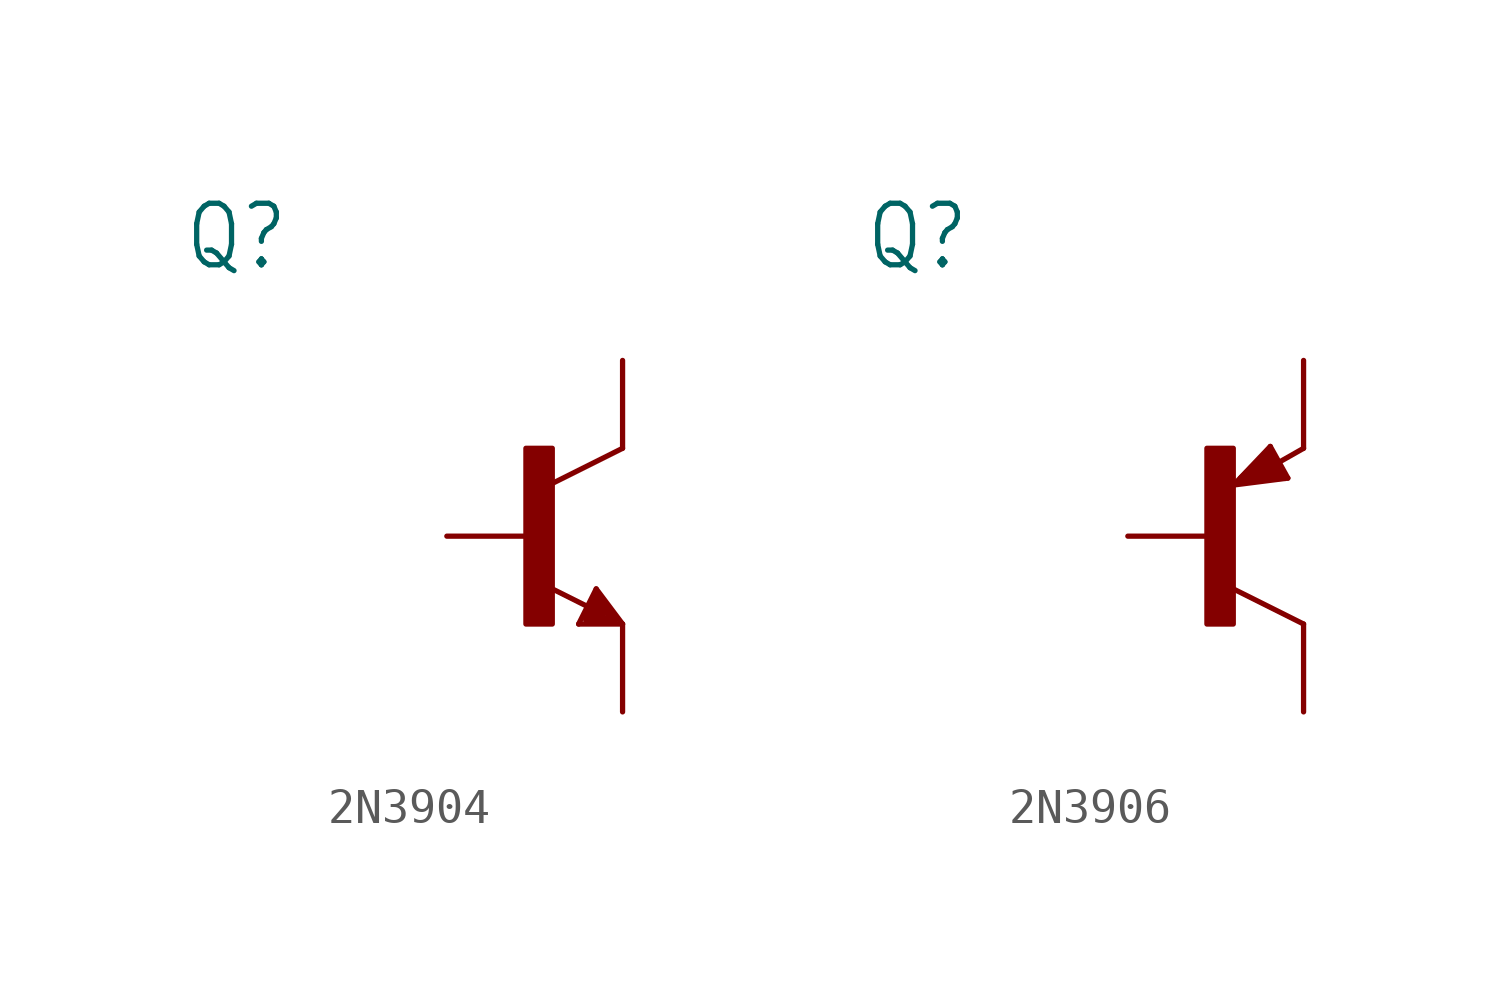
<source format=kicad_sym>
(kicad_symbol_lib
  (version 20231120)
  (generator "kicad_symbol_editor")
  (generator_version "8.0")
  (symbol "2N3904"
    (property "Reference" "Q"
      (at -10.16 7.62 0)
      (effects (font (size 1.778 1.511)) (justify left bottom)))
    (property "Value" ""
      (at -10.16 5.08 0)
      (effects (font (size 1.778 1.511)) (justify left bottom)))
    (property "ki_locked" ""
      (at 0 0 0)
      (effects (font (size 1.27 1.27))))
    (symbol "2N3904_1_0"
      (rectangle (start -0.254 -2.54) (end 0.508 2.54) (stroke (width 0) (type default)) (fill (type outline)))
      (polyline (pts (xy 1.27 -2.54) (xy 1.778 -1.524)) (stroke (width 0.152) (type solid)) (fill (type none)))
      (polyline (pts (xy 1.524 -2.413) (xy 2.286 -2.413)) (stroke (width 0.254) (type solid)) (fill (type none)))
      (polyline (pts (xy 1.524 -2.286) (xy 1.905 -2.286)) (stroke (width 0.254) (type solid)) (fill (type none)))
      (polyline (pts (xy 1.54 -2.04) (xy 0.308 -1.424)) (stroke (width 0.152) (type solid)) (fill (type none)))
      (polyline (pts (xy 1.778 -1.778) (xy 1.524 -2.286)) (stroke (width 0.254) (type solid)) (fill (type none)))
      (polyline (pts (xy 1.778 -1.524) (xy 2.54 -2.54)) (stroke (width 0.152) (type solid)) (fill (type none)))
      (polyline (pts (xy 1.905 -2.286) (xy 1.778 -2.032)) (stroke (width 0.254) (type solid)) (fill (type none)))
      (polyline (pts (xy 2.286 -2.413) (xy 1.778 -1.778)) (stroke (width 0.254) (type solid)) (fill (type none)))
      (polyline (pts (xy 2.54 -2.54) (xy 1.27 -2.54)) (stroke (width 0.152) (type solid)) (fill (type none)))
      (polyline (pts (xy 2.54 2.54) (xy 0.508 1.524)) (stroke (width 0.152) (type solid)) (fill (type none)))
      (pin passive line (at 2.54 5.08 270) (length 2.54) (name "C" (effects (font (size 0 0)))) (number "1" (effects (font (size 0 0)))))
      (pin passive line (at -2.54 0 0) (length 2.54) (name "B" (effects (font (size 0 0)))) (number "2" (effects (font (size 0 0)))))
      (pin passive line (at 2.54 -5.08 90) (length 2.54) (name "E" (effects (font (size 0 0)))) (number "3" (effects (font (size 0 0)))))))
  (symbol "2N3906"
    (property "Reference" "Q"
      (at -10.16 7.62 0)
      (effects (font (size 1.778 1.511)) (justify left bottom)))
    (property "Value" ""
      (at -10.16 5.08 0)
      (effects (font (size 1.778 1.511)) (justify left bottom)))
    (property "ki_locked" ""
      (at 0 0 0)
      (effects (font (size 1.27 1.27))))
    (symbol "2N3906_1_0"
      (rectangle (start -0.254 -2.54) (end 0.508 2.54) (stroke (width 0) (type default)) (fill (type outline)))
      (polyline (pts (xy 0.516 1.478) (xy 2.086 1.678)) (stroke (width 0.152) (type solid)) (fill (type none)))
      (polyline (pts (xy 0.762 1.651) (xy 1.778 1.778)) (stroke (width 0.254) (type solid)) (fill (type none)))
      (polyline (pts (xy 1.143 1.905) (xy 1.524 1.905)) (stroke (width 0.254) (type solid)) (fill (type none)))
      (polyline (pts (xy 1.524 2.159) (xy 1.143 1.905)) (stroke (width 0.254) (type solid)) (fill (type none)))
      (polyline (pts (xy 1.524 2.413) (xy 0.762 1.651)) (stroke (width 0.254) (type solid)) (fill (type none)))
      (polyline (pts (xy 1.578 2.594) (xy 0.516 1.478)) (stroke (width 0.152) (type solid)) (fill (type none)))
      (polyline (pts (xy 1.778 1.778) (xy 1.524 2.159)) (stroke (width 0.254) (type solid)) (fill (type none)))
      (polyline (pts (xy 1.905 1.778) (xy 1.524 2.413)) (stroke (width 0.254) (type solid)) (fill (type none)))
      (polyline (pts (xy 2.086 1.678) (xy 1.578 2.594)) (stroke (width 0.152) (type solid)) (fill (type none)))
      (polyline (pts (xy 2.54 -2.54) (xy 0.508 -1.524)) (stroke (width 0.152) (type solid)) (fill (type none)))
      (polyline (pts (xy 2.54 2.54) (xy 1.808 2.124)) (stroke (width 0.152) (type solid)) (fill (type none)))
      (pin passive line (at 2.54 -5.08 90) (length 2.54) (name "C" (effects (font (size 0 0)))) (number "1" (effects (font (size 0 0)))))
      (pin passive line (at -2.54 0 0) (length 2.54) (name "B" (effects (font (size 0 0)))) (number "2" (effects (font (size 0 0)))))
      (pin passive line (at 2.54 5.08 270) (length 2.54) (name "E" (effects (font (size 0 0)))) (number "3" (effects (font (size 0 0))))))))
</source>
